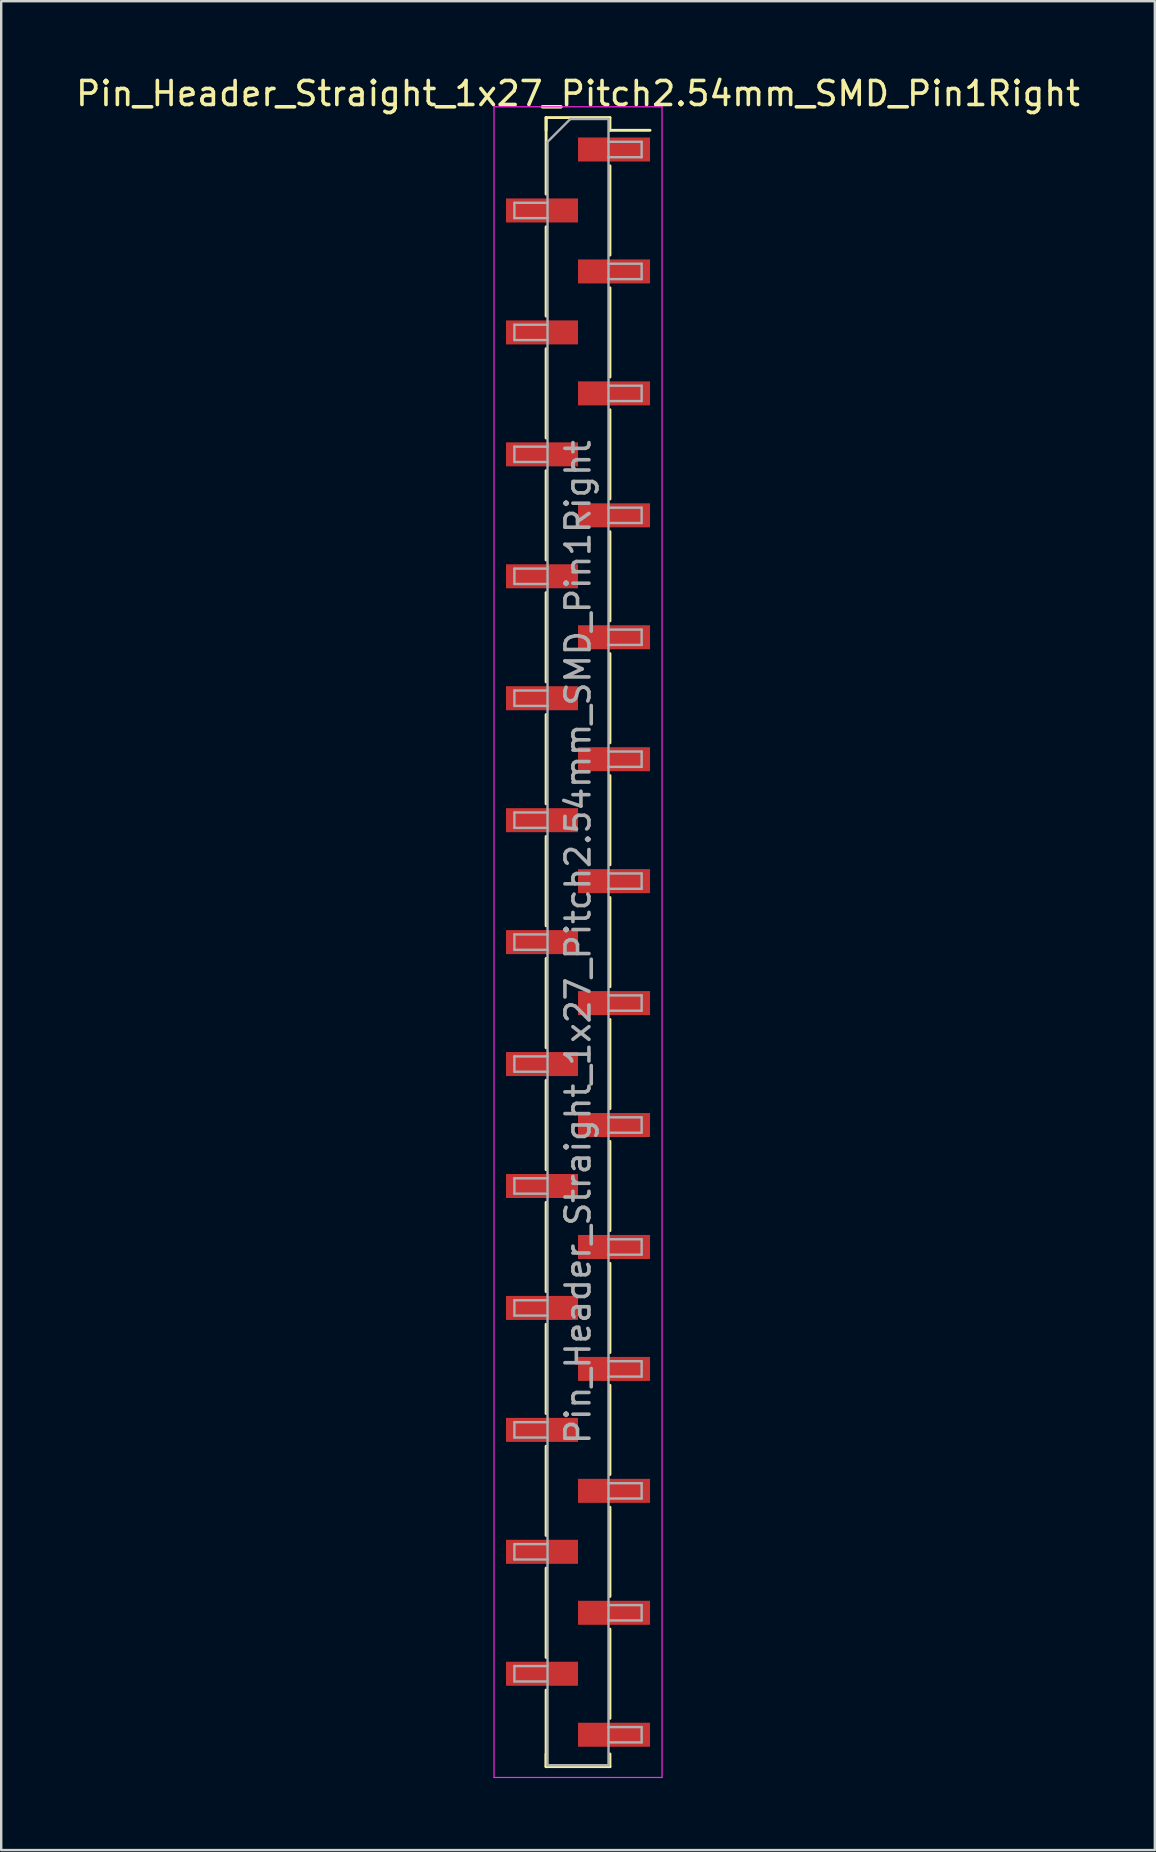
<source format=kicad_pcb>
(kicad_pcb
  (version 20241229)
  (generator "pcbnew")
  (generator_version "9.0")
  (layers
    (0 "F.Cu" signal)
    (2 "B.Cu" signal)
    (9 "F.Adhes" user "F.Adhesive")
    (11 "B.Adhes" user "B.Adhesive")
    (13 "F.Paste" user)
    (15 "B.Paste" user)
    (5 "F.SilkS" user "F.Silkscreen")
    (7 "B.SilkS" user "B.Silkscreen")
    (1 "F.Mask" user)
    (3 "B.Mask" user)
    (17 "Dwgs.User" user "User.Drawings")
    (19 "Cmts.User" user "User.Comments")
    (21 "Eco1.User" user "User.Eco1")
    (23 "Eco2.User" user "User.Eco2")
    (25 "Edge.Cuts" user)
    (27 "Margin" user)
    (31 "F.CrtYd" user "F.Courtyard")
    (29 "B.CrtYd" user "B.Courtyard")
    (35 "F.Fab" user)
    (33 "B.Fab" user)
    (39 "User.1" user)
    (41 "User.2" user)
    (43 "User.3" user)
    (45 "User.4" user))
  (footprint "Pin_Header_Straight_1x27_Pitch2.54mm_SMD_Pin1Right"
    (layer "F.Cu")
    (at 21.03 36.198)
    (property "Reference" "Pin_Header_Straight_1x27_Pitch2.54mm_SMD_Pin1Right" (at 0 -35.35 0) (layer "F.SilkS") (effects (font (size 1 1) (thickness 0.15))))
    (attr smd)
    (fp_line (start -1.33 -34.35) (end -1.33 -31.16) (stroke (width 0.12) (type solid)) (layer "F.SilkS"))
    (fp_line (start -1.33 -34.35) (end 1.33 -34.35) (stroke (width 0.12) (type solid)) (layer "F.SilkS"))
    (fp_line (start -1.33 -33.82) (end -1.33 -34.35) (stroke (width 0.12) (type solid)) (layer "F.SilkS"))
    (fp_line (start -1.33 -29.8) (end -1.33 -26.08) (stroke (width 0.12) (type solid)) (layer "F.SilkS"))
    (fp_line (start -1.33 -24.72) (end -1.33 -21) (stroke (width 0.12) (type solid)) (layer "F.SilkS"))
    (fp_line (start -1.33 -19.64) (end -1.33 -15.92) (stroke (width 0.12) (type solid)) (layer "F.SilkS"))
    (fp_line (start -1.33 -14.56) (end -1.33 -10.84) (stroke (width 0.12) (type solid)) (layer "F.SilkS"))
    (fp_line (start -1.33 -9.48) (end -1.33 -5.76) (stroke (width 0.12) (type solid)) (layer "F.SilkS"))
    (fp_line (start -1.33 -4.4) (end -1.33 -0.68) (stroke (width 0.12) (type solid)) (layer "F.SilkS"))
    (fp_line (start -1.33 0.68) (end -1.33 4.4) (stroke (width 0.12) (type solid)) (layer "F.SilkS"))
    (fp_line (start -1.33 5.76) (end -1.33 9.48) (stroke (width 0.12) (type solid)) (layer "F.SilkS"))
    (fp_line (start -1.33 10.84) (end -1.33 14.56) (stroke (width 0.12) (type solid)) (layer "F.SilkS"))
    (fp_line (start -1.33 15.92) (end -1.33 19.64) (stroke (width 0.12) (type solid)) (layer "F.SilkS"))
    (fp_line (start -1.33 21) (end -1.33 24.72) (stroke (width 0.12) (type solid)) (layer "F.SilkS"))
    (fp_line (start -1.33 26.08) (end -1.33 29.8) (stroke (width 0.12) (type solid)) (layer "F.SilkS"))
    (fp_line (start -1.33 31.16) (end -1.33 34.35) (stroke (width 0.12) (type solid)) (layer "F.SilkS"))
    (fp_line (start -1.33 33.82) (end -1.33 34.35) (stroke (width 0.12) (type solid)) (layer "F.SilkS"))
    (fp_line (start -1.33 34.35) (end 1.33 34.35) (stroke (width 0.12) (type solid)) (layer "F.SilkS"))
    (fp_line (start 1.33 -34.35) (end 1.33 -33.82) (stroke (width 0.12) (type solid)) (layer "F.SilkS"))
    (fp_line (start 1.33 -33.82) (end 3 -33.82) (stroke (width 0.12) (type solid)) (layer "F.SilkS"))
    (fp_line (start 1.33 -32.34) (end 1.33 -28.62) (stroke (width 0.12) (type solid)) (layer "F.SilkS"))
    (fp_line (start 1.33 -27.26) (end 1.33 -23.54) (stroke (width 0.12) (type solid)) (layer "F.SilkS"))
    (fp_line (start 1.33 -22.18) (end 1.33 -18.46) (stroke (width 0.12) (type solid)) (layer "F.SilkS"))
    (fp_line (start 1.33 -17.1) (end 1.33 -13.38) (stroke (width 0.12) (type solid)) (layer "F.SilkS"))
    (fp_line (start 1.33 -12.02) (end 1.33 -8.3) (stroke (width 0.12) (type solid)) (layer "F.SilkS"))
    (fp_line (start 1.33 -6.94) (end 1.33 -3.22) (stroke (width 0.12) (type solid)) (layer "F.SilkS"))
    (fp_line (start 1.33 -1.86) (end 1.33 1.86) (stroke (width 0.12) (type solid)) (layer "F.SilkS"))
    (fp_line (start 1.33 3.22) (end 1.33 6.94) (stroke (width 0.12) (type solid)) (layer "F.SilkS"))
    (fp_line (start 1.33 8.3) (end 1.33 12.02) (stroke (width 0.12) (type solid)) (layer "F.SilkS"))
    (fp_line (start 1.33 13.38) (end 1.33 17.1) (stroke (width 0.12) (type solid)) (layer "F.SilkS"))
    (fp_line (start 1.33 18.46) (end 1.33 22.18) (stroke (width 0.12) (type solid)) (layer "F.SilkS"))
    (fp_line (start 1.33 23.54) (end 1.33 27.26) (stroke (width 0.12) (type solid)) (layer "F.SilkS"))
    (fp_line (start 1.33 28.62) (end 1.33 32.34) (stroke (width 0.12) (type solid)) (layer "F.SilkS"))
    (fp_line (start 1.33 34.35) (end 1.33 33.82) (stroke (width 0.12) (type solid)) (layer "F.SilkS"))
    (fp_line (start -3.5 -34.8) (end -3.5 34.8) (stroke (width 0.05) (type solid)) (layer "F.CrtYd"))
    (fp_line (start -3.5 34.8) (end 3.5 34.8) (stroke (width 0.05) (type solid)) (layer "F.CrtYd"))
    (fp_line (start 3.5 -34.8) (end -3.5 -34.8) (stroke (width 0.05) (type solid)) (layer "F.CrtYd"))
    (fp_line (start 3.5 34.8) (end 3.5 -34.8) (stroke (width 0.05) (type solid)) (layer "F.CrtYd"))
    (fp_line (start -2.65 -30.8) (end -2.65 -30.16) (stroke (width 0.1) (type solid)) (layer "F.Fab"))
    (fp_line (start -2.65 -30.16) (end -1.27 -30.16) (stroke (width 0.1) (type solid)) (layer "F.Fab"))
    (fp_line (start -2.65 -25.72) (end -2.65 -25.08) (stroke (width 0.1) (type solid)) (layer "F.Fab"))
    (fp_line (start -2.65 -25.08) (end -1.27 -25.08) (stroke (width 0.1) (type solid)) (layer "F.Fab"))
    (fp_line (start -2.65 -20.64) (end -2.65 -20) (stroke (width 0.1) (type solid)) (layer "F.Fab"))
    (fp_line (start -2.65 -20) (end -1.27 -20) (stroke (width 0.1) (type solid)) (layer "F.Fab"))
    (fp_line (start -2.65 -15.56) (end -2.65 -14.92) (stroke (width 0.1) (type solid)) (layer "F.Fab"))
    (fp_line (start -2.65 -14.92) (end -1.27 -14.92) (stroke (width 0.1) (type solid)) (layer "F.Fab"))
    (fp_line (start -2.65 -10.48) (end -2.65 -9.84) (stroke (width 0.1) (type solid)) (layer "F.Fab"))
    (fp_line (start -2.65 -9.84) (end -1.27 -9.84) (stroke (width 0.1) (type solid)) (layer "F.Fab"))
    (fp_line (start -2.65 -5.4) (end -2.65 -4.76) (stroke (width 0.1) (type solid)) (layer "F.Fab"))
    (fp_line (start -2.65 -4.76) (end -1.27 -4.76) (stroke (width 0.1) (type solid)) (layer "F.Fab"))
    (fp_line (start -2.65 -0.32) (end -2.65 0.32) (stroke (width 0.1) (type solid)) (layer "F.Fab"))
    (fp_line (start -2.65 0.32) (end -1.27 0.32) (stroke (width 0.1) (type solid)) (layer "F.Fab"))
    (fp_line (start -2.65 4.76) (end -2.65 5.4) (stroke (width 0.1) (type solid)) (layer "F.Fab"))
    (fp_line (start -2.65 5.4) (end -1.27 5.4) (stroke (width 0.1) (type solid)) (layer "F.Fab"))
    (fp_line (start -2.65 9.84) (end -2.65 10.48) (stroke (width 0.1) (type solid)) (layer "F.Fab"))
    (fp_line (start -2.65 10.48) (end -1.27 10.48) (stroke (width 0.1) (type solid)) (layer "F.Fab"))
    (fp_line (start -2.65 14.92) (end -2.65 15.56) (stroke (width 0.1) (type solid)) (layer "F.Fab"))
    (fp_line (start -2.65 15.56) (end -1.27 15.56) (stroke (width 0.1) (type solid)) (layer "F.Fab"))
    (fp_line (start -2.65 20) (end -2.65 20.64) (stroke (width 0.1) (type solid)) (layer "F.Fab"))
    (fp_line (start -2.65 20.64) (end -1.27 20.64) (stroke (width 0.1) (type solid)) (layer "F.Fab"))
    (fp_line (start -2.65 25.08) (end -2.65 25.72) (stroke (width 0.1) (type solid)) (layer "F.Fab"))
    (fp_line (start -2.65 25.72) (end -1.27 25.72) (stroke (width 0.1) (type solid)) (layer "F.Fab"))
    (fp_line (start -2.65 30.16) (end -2.65 30.8) (stroke (width 0.1) (type solid)) (layer "F.Fab"))
    (fp_line (start -2.65 30.8) (end -1.27 30.8) (stroke (width 0.1) (type solid)) (layer "F.Fab"))
    (fp_line (start -1.27 -33.34) (end -0.32 -34.29) (stroke (width 0.1) (type solid)) (layer "F.Fab"))
    (fp_line (start -1.27 -30.8) (end -2.65 -30.8) (stroke (width 0.1) (type solid)) (layer "F.Fab"))
    (fp_line (start -1.27 -25.72) (end -2.65 -25.72) (stroke (width 0.1) (type solid)) (layer "F.Fab"))
    (fp_line (start -1.27 -20.64) (end -2.65 -20.64) (stroke (width 0.1) (type solid)) (layer "F.Fab"))
    (fp_line (start -1.27 -15.56) (end -2.65 -15.56) (stroke (width 0.1) (type solid)) (layer "F.Fab"))
    (fp_line (start -1.27 -10.48) (end -2.65 -10.48) (stroke (width 0.1) (type solid)) (layer "F.Fab"))
    (fp_line (start -1.27 -5.4) (end -2.65 -5.4) (stroke (width 0.1) (type solid)) (layer "F.Fab"))
    (fp_line (start -1.27 -0.32) (end -2.65 -0.32) (stroke (width 0.1) (type solid)) (layer "F.Fab"))
    (fp_line (start -1.27 4.76) (end -2.65 4.76) (stroke (width 0.1) (type solid)) (layer "F.Fab"))
    (fp_line (start -1.27 9.84) (end -2.65 9.84) (stroke (width 0.1) (type solid)) (layer "F.Fab"))
    (fp_line (start -1.27 14.92) (end -2.65 14.92) (stroke (width 0.1) (type solid)) (layer "F.Fab"))
    (fp_line (start -1.27 20) (end -2.65 20) (stroke (width 0.1) (type solid)) (layer "F.Fab"))
    (fp_line (start -1.27 25.08) (end -2.65 25.08) (stroke (width 0.1) (type solid)) (layer "F.Fab"))
    (fp_line (start -1.27 30.16) (end -2.65 30.16) (stroke (width 0.1) (type solid)) (layer "F.Fab"))
    (fp_line (start -1.27 34.29) (end -1.27 -33.34) (stroke (width 0.1) (type solid)) (layer "F.Fab"))
    (fp_line (start -0.32 -34.29) (end 1.27 -34.29) (stroke (width 0.1) (type solid)) (layer "F.Fab"))
    (fp_line (start 1.27 -34.29) (end 1.27 34.29) (stroke (width 0.1) (type solid)) (layer "F.Fab"))
    (fp_line (start 1.27 -33.34) (end 2.65 -33.34) (stroke (width 0.1) (type solid)) (layer "F.Fab"))
    (fp_line (start 1.27 -28.26) (end 2.65 -28.26) (stroke (width 0.1) (type solid)) (layer "F.Fab"))
    (fp_line (start 1.27 -23.18) (end 2.65 -23.18) (stroke (width 0.1) (type solid)) (layer "F.Fab"))
    (fp_line (start 1.27 -18.1) (end 2.65 -18.1) (stroke (width 0.1) (type solid)) (layer "F.Fab"))
    (fp_line (start 1.27 -13.02) (end 2.65 -13.02) (stroke (width 0.1) (type solid)) (layer "F.Fab"))
    (fp_line (start 1.27 -7.94) (end 2.65 -7.94) (stroke (width 0.1) (type solid)) (layer "F.Fab"))
    (fp_line (start 1.27 -2.86) (end 2.65 -2.86) (stroke (width 0.1) (type solid)) (layer "F.Fab"))
    (fp_line (start 1.27 2.22) (end 2.65 2.22) (stroke (width 0.1) (type solid)) (layer "F.Fab"))
    (fp_line (start 1.27 7.3) (end 2.65 7.3) (stroke (width 0.1) (type solid)) (layer "F.Fab"))
    (fp_line (start 1.27 12.38) (end 2.65 12.38) (stroke (width 0.1) (type solid)) (layer "F.Fab"))
    (fp_line (start 1.27 17.46) (end 2.65 17.46) (stroke (width 0.1) (type solid)) (layer "F.Fab"))
    (fp_line (start 1.27 22.54) (end 2.65 22.54) (stroke (width 0.1) (type solid)) (layer "F.Fab"))
    (fp_line (start 1.27 27.62) (end 2.65 27.62) (stroke (width 0.1) (type solid)) (layer "F.Fab"))
    (fp_line (start 1.27 32.7) (end 2.65 32.7) (stroke (width 0.1) (type solid)) (layer "F.Fab"))
    (fp_line (start 1.27 34.29) (end -1.27 34.29) (stroke (width 0.1) (type solid)) (layer "F.Fab"))
    (fp_line (start 2.65 -33.34) (end 2.65 -32.7) (stroke (width 0.1) (type solid)) (layer "F.Fab"))
    (fp_line (start 2.65 -32.7) (end 1.27 -32.7) (stroke (width 0.1) (type solid)) (layer "F.Fab"))
    (fp_line (start 2.65 -28.26) (end 2.65 -27.62) (stroke (width 0.1) (type solid)) (layer "F.Fab"))
    (fp_line (start 2.65 -27.62) (end 1.27 -27.62) (stroke (width 0.1) (type solid)) (layer "F.Fab"))
    (fp_line (start 2.65 -23.18) (end 2.65 -22.54) (stroke (width 0.1) (type solid)) (layer "F.Fab"))
    (fp_line (start 2.65 -22.54) (end 1.27 -22.54) (stroke (width 0.1) (type solid)) (layer "F.Fab"))
    (fp_line (start 2.65 -18.1) (end 2.65 -17.46) (stroke (width 0.1) (type solid)) (layer "F.Fab"))
    (fp_line (start 2.65 -17.46) (end 1.27 -17.46) (stroke (width 0.1) (type solid)) (layer "F.Fab"))
    (fp_line (start 2.65 -13.02) (end 2.65 -12.38) (stroke (width 0.1) (type solid)) (layer "F.Fab"))
    (fp_line (start 2.65 -12.38) (end 1.27 -12.38) (stroke (width 0.1) (type solid)) (layer "F.Fab"))
    (fp_line (start 2.65 -7.94) (end 2.65 -7.3) (stroke (width 0.1) (type solid)) (layer "F.Fab"))
    (fp_line (start 2.65 -7.3) (end 1.27 -7.3) (stroke (width 0.1) (type solid)) (layer "F.Fab"))
    (fp_line (start 2.65 -2.86) (end 2.65 -2.22) (stroke (width 0.1) (type solid)) (layer "F.Fab"))
    (fp_line (start 2.65 -2.22) (end 1.27 -2.22) (stroke (width 0.1) (type solid)) (layer "F.Fab"))
    (fp_line (start 2.65 2.22) (end 2.65 2.86) (stroke (width 0.1) (type solid)) (layer "F.Fab"))
    (fp_line (start 2.65 2.86) (end 1.27 2.86) (stroke (width 0.1) (type solid)) (layer "F.Fab"))
    (fp_line (start 2.65 7.3) (end 2.65 7.94) (stroke (width 0.1) (type solid)) (layer "F.Fab"))
    (fp_line (start 2.65 7.94) (end 1.27 7.94) (stroke (width 0.1) (type solid)) (layer "F.Fab"))
    (fp_line (start 2.65 12.38) (end 2.65 13.02) (stroke (width 0.1) (type solid)) (layer "F.Fab"))
    (fp_line (start 2.65 13.02) (end 1.27 13.02) (stroke (width 0.1) (type solid)) (layer "F.Fab"))
    (fp_line (start 2.65 17.46) (end 2.65 18.1) (stroke (width 0.1) (type solid)) (layer "F.Fab"))
    (fp_line (start 2.65 18.1) (end 1.27 18.1) (stroke (width 0.1) (type solid)) (layer "F.Fab"))
    (fp_line (start 2.65 22.54) (end 2.65 23.18) (stroke (width 0.1) (type solid)) (layer "F.Fab"))
    (fp_line (start 2.65 23.18) (end 1.27 23.18) (stroke (width 0.1) (type solid)) (layer "F.Fab"))
    (fp_line (start 2.65 27.62) (end 2.65 28.26) (stroke (width 0.1) (type solid)) (layer "F.Fab"))
    (fp_line (start 2.65 28.26) (end 1.27 28.26) (stroke (width 0.1) (type solid)) (layer "F.Fab"))
    (fp_line (start 2.65 32.7) (end 2.65 33.34) (stroke (width 0.1) (type solid)) (layer "F.Fab"))
    (fp_line (start 2.65 33.34) (end 1.27 33.34) (stroke (width 0.1) (type solid)) (layer "F.Fab"))
    (fp_text user "${REFERENCE}" (at 0 0 90) (layer "F.Fab") (effects (font (size 1 1) (thickness 0.15))))
    (pad "1" smd rect (at 1.5 -33.02) (size 3 1) (layers "F.Cu" "F.Mask" "F.Paste"))
    (pad "2" smd rect (at -1.5 -30.48) (size 3 1) (layers "F.Cu" "F.Mask" "F.Paste"))
    (pad "3" smd rect (at 1.5 -27.94) (size 3 1) (layers "F.Cu" "F.Mask" "F.Paste"))
    (pad "4" smd rect (at -1.5 -25.4) (size 3 1) (layers "F.Cu" "F.Mask" "F.Paste"))
    (pad "5" smd rect (at 1.5 -22.86) (size 3 1) (layers "F.Cu" "F.Mask" "F.Paste"))
    (pad "6" smd rect (at -1.5 -20.32) (size 3 1) (layers "F.Cu" "F.Mask" "F.Paste"))
    (pad "7" smd rect (at 1.5 -17.78) (size 3 1) (layers "F.Cu" "F.Mask" "F.Paste"))
    (pad "8" smd rect (at -1.5 -15.24) (size 3 1) (layers "F.Cu" "F.Mask" "F.Paste"))
    (pad "9" smd rect (at 1.5 -12.7) (size 3 1) (layers "F.Cu" "F.Mask" "F.Paste"))
    (pad "10" smd rect (at -1.5 -10.16) (size 3 1) (layers "F.Cu" "F.Mask" "F.Paste"))
    (pad "11" smd rect (at 1.5 -7.62) (size 3 1) (layers "F.Cu" "F.Mask" "F.Paste"))
    (pad "12" smd rect (at -1.5 -5.08) (size 3 1) (layers "F.Cu" "F.Mask" "F.Paste"))
    (pad "13" smd rect (at 1.5 -2.54) (size 3 1) (layers "F.Cu" "F.Mask" "F.Paste"))
    (pad "14" smd rect (at -1.5 0) (size 3 1) (layers "F.Cu" "F.Mask" "F.Paste"))
    (pad "15" smd rect (at 1.5 2.54) (size 3 1) (layers "F.Cu" "F.Mask" "F.Paste"))
    (pad "16" smd rect (at -1.5 5.08) (size 3 1) (layers "F.Cu" "F.Mask" "F.Paste"))
    (pad "17" smd rect (at 1.5 7.62) (size 3 1) (layers "F.Cu" "F.Mask" "F.Paste"))
    (pad "18" smd rect (at -1.5 10.16) (size 3 1) (layers "F.Cu" "F.Mask" "F.Paste"))
    (pad "19" smd rect (at 1.5 12.7) (size 3 1) (layers "F.Cu" "F.Mask" "F.Paste"))
    (pad "20" smd rect (at -1.5 15.24) (size 3 1) (layers "F.Cu" "F.Mask" "F.Paste"))
    (pad "21" smd rect (at 1.5 17.78) (size 3 1) (layers "F.Cu" "F.Mask" "F.Paste"))
    (pad "22" smd rect (at -1.5 20.32) (size 3 1) (layers "F.Cu" "F.Mask" "F.Paste"))
    (pad "23" smd rect (at 1.5 22.86) (size 3 1) (layers "F.Cu" "F.Mask" "F.Paste"))
    (pad "24" smd rect (at -1.5 25.4) (size 3 1) (layers "F.Cu" "F.Mask" "F.Paste"))
    (pad "25" smd rect (at 1.5 27.94) (size 3 1) (layers "F.Cu" "F.Mask" "F.Paste"))
    (pad "26" smd rect (at -1.5 30.48) (size 3 1) (layers "F.Cu" "F.Mask" "F.Paste"))
    (pad "27" smd rect (at 1.5 33.02) (size 3 1) (layers "F.Cu" "F.Mask" "F.Paste")))
  (gr_rect
    (start -3 -3)
    (end 45.06 74.023)
    (stroke (width 0.1) (type default))
    (fill no)
    (layer "Edge.Cuts")))
</source>
